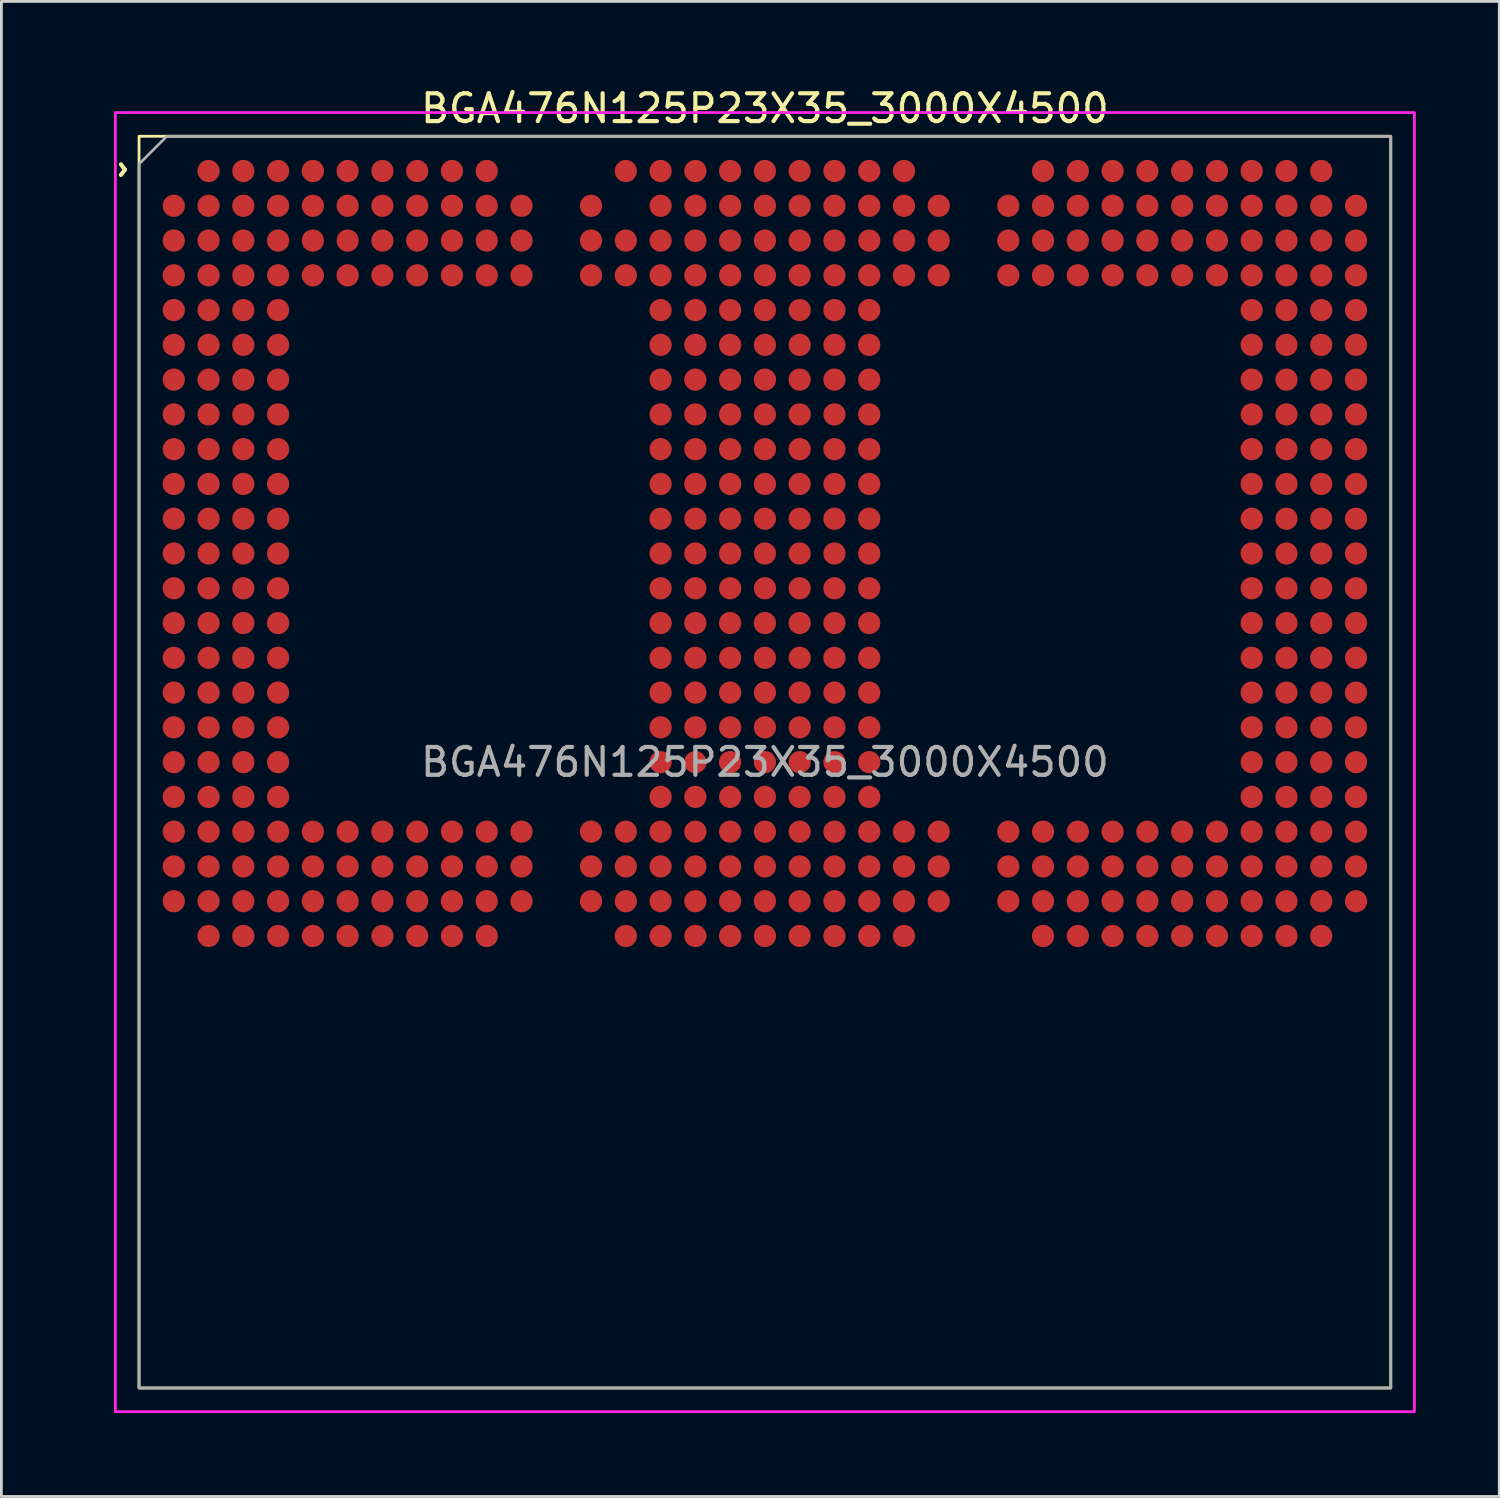
<source format=kicad_pcb>
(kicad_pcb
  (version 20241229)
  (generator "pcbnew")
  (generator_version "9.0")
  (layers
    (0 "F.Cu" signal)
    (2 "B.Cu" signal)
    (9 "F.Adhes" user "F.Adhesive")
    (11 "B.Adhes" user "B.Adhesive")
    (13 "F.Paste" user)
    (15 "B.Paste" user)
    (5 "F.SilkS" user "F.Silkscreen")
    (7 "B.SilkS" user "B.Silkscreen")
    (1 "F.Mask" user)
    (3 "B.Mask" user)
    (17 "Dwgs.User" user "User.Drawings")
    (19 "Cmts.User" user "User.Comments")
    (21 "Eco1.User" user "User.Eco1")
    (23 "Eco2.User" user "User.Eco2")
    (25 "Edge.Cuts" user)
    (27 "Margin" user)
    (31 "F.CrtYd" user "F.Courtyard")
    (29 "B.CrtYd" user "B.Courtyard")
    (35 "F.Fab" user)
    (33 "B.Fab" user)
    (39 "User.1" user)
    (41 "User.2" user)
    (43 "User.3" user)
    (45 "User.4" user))
  (footprint "BGA476N125P23X35_3000X4500"
    (layer "F.Cu")
    (at 24.448 24.348)
    (property "Reference" "BGA476N125P23X35_3000X4500" (at 0 -23.5 0) (layer "F.SilkS") (effects (font (size 1 1) (thickness 0.15))))
    (attr smd)
    (fp_rect (start -22.5 -22.5) (end 22.5 22.5) (stroke (width 0.1) (type default)) (fill no) (layer "F.SilkS"))
    (fp_poly (pts (xy 23.35 23.35) (xy 23.35 -23.35) (xy -23.35 -23.35) (xy -23.35 23.35)) (stroke (width 0.1) (type solid)) (fill no) (layer "F.CrtYd"))
    (fp_poly (pts (xy -22.5 22.5) (xy -22.5 -21.5) (xy -21.5 -22.5) (xy 22.5 -22.5) (xy 22.5 22.5)) (stroke (width 0.1) (type solid)) (fill no) (layer "F.Fab"))
    (fp_text user "^" (at -23.6 -21.3 270) (unlocked yes) (layer "F.SilkS") (effects (font (size 1 1) (thickness 0.15))))
    (fp_text user "${REFERENCE}" (at 0 0 0) (layer "F.Fab") (effects (font (size 1 1) (thickness 0.15))))
    (pad "A2" smd circle (at -20 -21.25) (size 0.8 0.8) (layers "F.Cu" "F.Mask" "F.Paste"))
    (pad "A3" smd circle (at -18.75 -21.25) (size 0.8 0.8) (layers "F.Cu" "F.Mask" "F.Paste"))
    (pad "A4" smd circle (at -17.5 -21.25) (size 0.8 0.8) (layers "F.Cu" "F.Mask" "F.Paste"))
    (pad "A5" smd circle (at -16.25 -21.25) (size 0.8 0.8) (layers "F.Cu" "F.Mask" "F.Paste"))
    (pad "A6" smd circle (at -15 -21.25) (size 0.8 0.8) (layers "F.Cu" "F.Mask" "F.Paste"))
    (pad "A7" smd circle (at -13.75 -21.25) (size 0.8 0.8) (layers "F.Cu" "F.Mask" "F.Paste"))
    (pad "A8" smd circle (at -12.5 -21.25) (size 0.8 0.8) (layers "F.Cu" "F.Mask" "F.Paste"))
    (pad "A9" smd circle (at -11.25 -21.25) (size 0.8 0.8) (layers "F.Cu" "F.Mask" "F.Paste"))
    (pad "A10" smd circle (at -10 -21.25) (size 0.8 0.8) (layers "F.Cu" "F.Mask" "F.Paste"))
    (pad "A14" smd circle (at -5 -21.25) (size 0.8 0.8) (layers "F.Cu" "F.Mask" "F.Paste"))
    (pad "A15" smd circle (at -3.75 -21.25) (size 0.8 0.8) (layers "F.Cu" "F.Mask" "F.Paste"))
    (pad "A16" smd circle (at -2.5 -21.25) (size 0.8 0.8) (layers "F.Cu" "F.Mask" "F.Paste"))
    (pad "A17" smd circle (at -1.25 -21.25) (size 0.8 0.8) (layers "F.Cu" "F.Mask" "F.Paste"))
    (pad "A18" smd circle (at 0 -21.25) (size 0.8 0.8) (layers "F.Cu" "F.Mask" "F.Paste"))
    (pad "A19" smd circle (at 1.25 -21.25) (size 0.8 0.8) (layers "F.Cu" "F.Mask" "F.Paste"))
    (pad "A20" smd circle (at 2.5 -21.25) (size 0.8 0.8) (layers "F.Cu" "F.Mask" "F.Paste"))
    (pad "A21" smd circle (at 3.75 -21.25) (size 0.8 0.8) (layers "F.Cu" "F.Mask" "F.Paste"))
    (pad "A22" smd circle (at 5 -21.25) (size 0.8 0.8) (layers "F.Cu" "F.Mask" "F.Paste"))
    (pad "A26" smd circle (at 10 -21.25) (size 0.8 0.8) (layers "F.Cu" "F.Mask" "F.Paste"))
    (pad "A27" smd circle (at 11.25 -21.25) (size 0.8 0.8) (layers "F.Cu" "F.Mask" "F.Paste"))
    (pad "A28" smd circle (at 12.5 -21.25) (size 0.8 0.8) (layers "F.Cu" "F.Mask" "F.Paste"))
    (pad "A29" smd circle (at 13.75 -21.25) (size 0.8 0.8) (layers "F.Cu" "F.Mask" "F.Paste"))
    (pad "A30" smd circle (at 15 -21.25) (size 0.8 0.8) (layers "F.Cu" "F.Mask" "F.Paste"))
    (pad "A31" smd circle (at 16.25 -21.25) (size 0.8 0.8) (layers "F.Cu" "F.Mask" "F.Paste"))
    (pad "A32" smd circle (at 17.5 -21.25) (size 0.8 0.8) (layers "F.Cu" "F.Mask" "F.Paste"))
    (pad "A33" smd circle (at 18.75 -21.25) (size 0.8 0.8) (layers "F.Cu" "F.Mask" "F.Paste"))
    (pad "A34" smd circle (at 20 -21.25) (size 0.8 0.8) (layers "F.Cu" "F.Mask" "F.Paste"))
    (pad "AA1" smd circle (at -21.25 3.75) (size 0.8 0.8) (layers "F.Cu" "F.Mask" "F.Paste"))
    (pad "AA2" smd circle (at -20 3.75) (size 0.8 0.8) (layers "F.Cu" "F.Mask" "F.Paste"))
    (pad "AA3" smd circle (at -18.75 3.75) (size 0.8 0.8) (layers "F.Cu" "F.Mask" "F.Paste"))
    (pad "AA4" smd circle (at -17.5 3.75) (size 0.8 0.8) (layers "F.Cu" "F.Mask" "F.Paste"))
    (pad "AA5" smd circle (at -16.25 3.75) (size 0.8 0.8) (layers "F.Cu" "F.Mask" "F.Paste"))
    (pad "AA6" smd circle (at -15 3.75) (size 0.8 0.8) (layers "F.Cu" "F.Mask" "F.Paste"))
    (pad "AA7" smd circle (at -13.75 3.75) (size 0.8 0.8) (layers "F.Cu" "F.Mask" "F.Paste"))
    (pad "AA8" smd circle (at -12.5 3.75) (size 0.8 0.8) (layers "F.Cu" "F.Mask" "F.Paste"))
    (pad "AA9" smd circle (at -11.25 3.75) (size 0.8 0.8) (layers "F.Cu" "F.Mask" "F.Paste"))
    (pad "AA10" smd circle (at -10 3.75) (size 0.8 0.8) (layers "F.Cu" "F.Mask" "F.Paste"))
    (pad "AA11" smd circle (at -8.75 3.75) (size 0.8 0.8) (layers "F.Cu" "F.Mask" "F.Paste"))
    (pad "AA13" smd circle (at -6.25 3.75) (size 0.8 0.8) (layers "F.Cu" "F.Mask" "F.Paste"))
    (pad "AA14" smd circle (at -5 3.75) (size 0.8 0.8) (layers "F.Cu" "F.Mask" "F.Paste"))
    (pad "AA15" smd circle (at -3.75 3.75) (size 0.8 0.8) (layers "F.Cu" "F.Mask" "F.Paste"))
    (pad "AA16" smd circle (at -2.5 3.75) (size 0.8 0.8) (layers "F.Cu" "F.Mask" "F.Paste"))
    (pad "AA17" smd circle (at -1.25 3.75) (size 0.8 0.8) (layers "F.Cu" "F.Mask" "F.Paste"))
    (pad "AA18" smd circle (at 0 3.75) (size 0.8 0.8) (layers "F.Cu" "F.Mask" "F.Paste"))
    (pad "AA19" smd circle (at 1.25 3.75) (size 0.8 0.8) (layers "F.Cu" "F.Mask" "F.Paste"))
    (pad "AA20" smd circle (at 2.5 3.75) (size 0.8 0.8) (layers "F.Cu" "F.Mask" "F.Paste"))
    (pad "AA21" smd circle (at 3.75 3.75) (size 0.8 0.8) (layers "F.Cu" "F.Mask" "F.Paste"))
    (pad "AA22" smd circle (at 5 3.75) (size 0.8 0.8) (layers "F.Cu" "F.Mask" "F.Paste"))
    (pad "AA23" smd circle (at 6.25 3.75) (size 0.8 0.8) (layers "F.Cu" "F.Mask" "F.Paste"))
    (pad "AA25" smd circle (at 8.75 3.75) (size 0.8 0.8) (layers "F.Cu" "F.Mask" "F.Paste"))
    (pad "AA26" smd circle (at 10 3.75) (size 0.8 0.8) (layers "F.Cu" "F.Mask" "F.Paste"))
    (pad "AA27" smd circle (at 11.25 3.75) (size 0.8 0.8) (layers "F.Cu" "F.Mask" "F.Paste"))
    (pad "AA28" smd circle (at 12.5 3.75) (size 0.8 0.8) (layers "F.Cu" "F.Mask" "F.Paste"))
    (pad "AA29" smd circle (at 13.75 3.75) (size 0.8 0.8) (layers "F.Cu" "F.Mask" "F.Paste"))
    (pad "AA30" smd circle (at 15 3.75) (size 0.8 0.8) (layers "F.Cu" "F.Mask" "F.Paste"))
    (pad "AA31" smd circle (at 16.25 3.75) (size 0.8 0.8) (layers "F.Cu" "F.Mask" "F.Paste"))
    (pad "AA32" smd circle (at 17.5 3.75) (size 0.8 0.8) (layers "F.Cu" "F.Mask" "F.Paste"))
    (pad "AA33" smd circle (at 18.75 3.75) (size 0.8 0.8) (layers "F.Cu" "F.Mask" "F.Paste"))
    (pad "AA34" smd circle (at 20 3.75) (size 0.8 0.8) (layers "F.Cu" "F.Mask" "F.Paste"))
    (pad "AA35" smd circle (at 21.25 3.75) (size 0.8 0.8) (layers "F.Cu" "F.Mask" "F.Paste"))
    (pad "AB1" smd circle (at -21.25 5) (size 0.8 0.8) (layers "F.Cu" "F.Mask" "F.Paste"))
    (pad "AB2" smd circle (at -20 5) (size 0.8 0.8) (layers "F.Cu" "F.Mask" "F.Paste"))
    (pad "AB3" smd circle (at -18.75 5) (size 0.8 0.8) (layers "F.Cu" "F.Mask" "F.Paste"))
    (pad "AB4" smd circle (at -17.5 5) (size 0.8 0.8) (layers "F.Cu" "F.Mask" "F.Paste"))
    (pad "AB5" smd circle (at -16.25 5) (size 0.8 0.8) (layers "F.Cu" "F.Mask" "F.Paste"))
    (pad "AB6" smd circle (at -15 5) (size 0.8 0.8) (layers "F.Cu" "F.Mask" "F.Paste"))
    (pad "AB7" smd circle (at -13.75 5) (size 0.8 0.8) (layers "F.Cu" "F.Mask" "F.Paste"))
    (pad "AB8" smd circle (at -12.5 5) (size 0.8 0.8) (layers "F.Cu" "F.Mask" "F.Paste"))
    (pad "AB9" smd circle (at -11.25 5) (size 0.8 0.8) (layers "F.Cu" "F.Mask" "F.Paste"))
    (pad "AB10" smd circle (at -10 5) (size 0.8 0.8) (layers "F.Cu" "F.Mask" "F.Paste"))
    (pad "AB11" smd circle (at -8.75 5) (size 0.8 0.8) (layers "F.Cu" "F.Mask" "F.Paste"))
    (pad "AB13" smd circle (at -6.25 5) (size 0.8 0.8) (layers "F.Cu" "F.Mask" "F.Paste"))
    (pad "AB14" smd circle (at -5 5) (size 0.8 0.8) (layers "F.Cu" "F.Mask" "F.Paste"))
    (pad "AB15" smd circle (at -3.75 5) (size 0.8 0.8) (layers "F.Cu" "F.Mask" "F.Paste"))
    (pad "AB16" smd circle (at -2.5 5) (size 0.8 0.8) (layers "F.Cu" "F.Mask" "F.Paste"))
    (pad "AB17" smd circle (at -1.25 5) (size 0.8 0.8) (layers "F.Cu" "F.Mask" "F.Paste"))
    (pad "AB18" smd circle (at 0 5) (size 0.8 0.8) (layers "F.Cu" "F.Mask" "F.Paste"))
    (pad "AB19" smd circle (at 1.25 5) (size 0.8 0.8) (layers "F.Cu" "F.Mask" "F.Paste"))
    (pad "AB20" smd circle (at 2.5 5) (size 0.8 0.8) (layers "F.Cu" "F.Mask" "F.Paste"))
    (pad "AB21" smd circle (at 3.75 5) (size 0.8 0.8) (layers "F.Cu" "F.Mask" "F.Paste"))
    (pad "AB22" smd circle (at 5 5) (size 0.8 0.8) (layers "F.Cu" "F.Mask" "F.Paste"))
    (pad "AB23" smd circle (at 6.25 5) (size 0.8 0.8) (layers "F.Cu" "F.Mask" "F.Paste"))
    (pad "AB25" smd circle (at 8.75 5) (size 0.8 0.8) (layers "F.Cu" "F.Mask" "F.Paste"))
    (pad "AB26" smd circle (at 10 5) (size 0.8 0.8) (layers "F.Cu" "F.Mask" "F.Paste"))
    (pad "AB27" smd circle (at 11.25 5) (size 0.8 0.8) (layers "F.Cu" "F.Mask" "F.Paste"))
    (pad "AB28" smd circle (at 12.5 5) (size 0.8 0.8) (layers "F.Cu" "F.Mask" "F.Paste"))
    (pad "AB29" smd circle (at 13.75 5) (size 0.8 0.8) (layers "F.Cu" "F.Mask" "F.Paste"))
    (pad "AB30" smd circle (at 15 5) (size 0.8 0.8) (layers "F.Cu" "F.Mask" "F.Paste"))
    (pad "AB31" smd circle (at 16.25 5) (size 0.8 0.8) (layers "F.Cu" "F.Mask" "F.Paste"))
    (pad "AB32" smd circle (at 17.5 5) (size 0.8 0.8) (layers "F.Cu" "F.Mask" "F.Paste"))
    (pad "AB33" smd circle (at 18.75 5) (size 0.8 0.8) (layers "F.Cu" "F.Mask" "F.Paste"))
    (pad "AB34" smd circle (at 20 5) (size 0.8 0.8) (layers "F.Cu" "F.Mask" "F.Paste"))
    (pad "AB35" smd circle (at 21.25 5) (size 0.8 0.8) (layers "F.Cu" "F.Mask" "F.Paste"))
    (pad "AC2" smd circle (at -20 6.25) (size 0.8 0.8) (layers "F.Cu" "F.Mask" "F.Paste"))
    (pad "AC3" smd circle (at -18.75 6.25) (size 0.8 0.8) (layers "F.Cu" "F.Mask" "F.Paste"))
    (pad "AC4" smd circle (at -17.5 6.25) (size 0.8 0.8) (layers "F.Cu" "F.Mask" "F.Paste"))
    (pad "AC5" smd circle (at -16.25 6.25) (size 0.8 0.8) (layers "F.Cu" "F.Mask" "F.Paste"))
    (pad "AC6" smd circle (at -15 6.25) (size 0.8 0.8) (layers "F.Cu" "F.Mask" "F.Paste"))
    (pad "AC7" smd circle (at -13.75 6.25) (size 0.8 0.8) (layers "F.Cu" "F.Mask" "F.Paste"))
    (pad "AC8" smd circle (at -12.5 6.25) (size 0.8 0.8) (layers "F.Cu" "F.Mask" "F.Paste"))
    (pad "AC9" smd circle (at -11.25 6.25) (size 0.8 0.8) (layers "F.Cu" "F.Mask" "F.Paste"))
    (pad "AC10" smd circle (at -10 6.25) (size 0.8 0.8) (layers "F.Cu" "F.Mask" "F.Paste"))
    (pad "AC14" smd circle (at -5 6.25) (size 0.8 0.8) (layers "F.Cu" "F.Mask" "F.Paste"))
    (pad "AC15" smd circle (at -3.75 6.25) (size 0.8 0.8) (layers "F.Cu" "F.Mask" "F.Paste"))
    (pad "AC16" smd circle (at -2.5 6.25) (size 0.8 0.8) (layers "F.Cu" "F.Mask" "F.Paste"))
    (pad "AC17" smd circle (at -1.25 6.25) (size 0.8 0.8) (layers "F.Cu" "F.Mask" "F.Paste"))
    (pad "AC18" smd circle (at 0 6.25) (size 0.8 0.8) (layers "F.Cu" "F.Mask" "F.Paste"))
    (pad "AC19" smd circle (at 1.25 6.25) (size 0.8 0.8) (layers "F.Cu" "F.Mask" "F.Paste"))
    (pad "AC20" smd circle (at 2.5 6.25) (size 0.8 0.8) (layers "F.Cu" "F.Mask" "F.Paste"))
    (pad "AC21" smd circle (at 3.75 6.25) (size 0.8 0.8) (layers "F.Cu" "F.Mask" "F.Paste"))
    (pad "AC22" smd circle (at 5 6.25) (size 0.8 0.8) (layers "F.Cu" "F.Mask" "F.Paste"))
    (pad "AC26" smd circle (at 10 6.25) (size 0.8 0.8) (layers "F.Cu" "F.Mask" "F.Paste"))
    (pad "AC27" smd circle (at 11.25 6.25) (size 0.8 0.8) (layers "F.Cu" "F.Mask" "F.Paste"))
    (pad "AC28" smd circle (at 12.5 6.25) (size 0.8 0.8) (layers "F.Cu" "F.Mask" "F.Paste"))
    (pad "AC29" smd circle (at 13.75 6.25) (size 0.8 0.8) (layers "F.Cu" "F.Mask" "F.Paste"))
    (pad "AC30" smd circle (at 15 6.25) (size 0.8 0.8) (layers "F.Cu" "F.Mask" "F.Paste"))
    (pad "AC31" smd circle (at 16.25 6.25) (size 0.8 0.8) (layers "F.Cu" "F.Mask" "F.Paste"))
    (pad "AC32" smd circle (at 17.5 6.25) (size 0.8 0.8) (layers "F.Cu" "F.Mask" "F.Paste"))
    (pad "AC33" smd circle (at 18.75 6.25) (size 0.8 0.8) (layers "F.Cu" "F.Mask" "F.Paste"))
    (pad "AC34" smd circle (at 20 6.25) (size 0.8 0.8) (layers "F.Cu" "F.Mask" "F.Paste"))
    (pad "B1" smd circle (at -21.25 -20) (size 0.8 0.8) (layers "F.Cu" "F.Mask" "F.Paste"))
    (pad "B2" smd circle (at -20 -20) (size 0.8 0.8) (layers "F.Cu" "F.Mask" "F.Paste"))
    (pad "B3" smd circle (at -18.75 -20) (size 0.8 0.8) (layers "F.Cu" "F.Mask" "F.Paste"))
    (pad "B4" smd circle (at -17.5 -20) (size 0.8 0.8) (layers "F.Cu" "F.Mask" "F.Paste"))
    (pad "B5" smd circle (at -16.25 -20) (size 0.8 0.8) (layers "F.Cu" "F.Mask" "F.Paste"))
    (pad "B6" smd circle (at -15 -20) (size 0.8 0.8) (layers "F.Cu" "F.Mask" "F.Paste"))
    (pad "B7" smd circle (at -13.75 -20) (size 0.8 0.8) (layers "F.Cu" "F.Mask" "F.Paste"))
    (pad "B8" smd circle (at -12.5 -20) (size 0.8 0.8) (layers "F.Cu" "F.Mask" "F.Paste"))
    (pad "B9" smd circle (at -11.25 -20) (size 0.8 0.8) (layers "F.Cu" "F.Mask" "F.Paste"))
    (pad "B10" smd circle (at -10 -20) (size 0.8 0.8) (layers "F.Cu" "F.Mask" "F.Paste"))
    (pad "B11" smd circle (at -8.75 -20) (size 0.8 0.8) (layers "F.Cu" "F.Mask" "F.Paste"))
    (pad "B13" smd circle (at -6.25 -20) (size 0.8 0.8) (layers "F.Cu" "F.Mask" "F.Paste"))
    (pad "B15" smd circle (at -3.75 -20) (size 0.8 0.8) (layers "F.Cu" "F.Mask" "F.Paste"))
    (pad "B16" smd circle (at -2.5 -20) (size 0.8 0.8) (layers "F.Cu" "F.Mask" "F.Paste"))
    (pad "B17" smd circle (at -1.25 -20) (size 0.8 0.8) (layers "F.Cu" "F.Mask" "F.Paste"))
    (pad "B18" smd circle (at 0 -20) (size 0.8 0.8) (layers "F.Cu" "F.Mask" "F.Paste"))
    (pad "B19" smd circle (at 1.25 -20) (size 0.8 0.8) (layers "F.Cu" "F.Mask" "F.Paste"))
    (pad "B20" smd circle (at 2.5 -20) (size 0.8 0.8) (layers "F.Cu" "F.Mask" "F.Paste"))
    (pad "B21" smd circle (at 3.75 -20) (size 0.8 0.8) (layers "F.Cu" "F.Mask" "F.Paste"))
    (pad "B22" smd circle (at 5 -20) (size 0.8 0.8) (layers "F.Cu" "F.Mask" "F.Paste"))
    (pad "B23" smd circle (at 6.25 -20) (size 0.8 0.8) (layers "F.Cu" "F.Mask" "F.Paste"))
    (pad "B25" smd circle (at 8.75 -20) (size 0.8 0.8) (layers "F.Cu" "F.Mask" "F.Paste"))
    (pad "B26" smd circle (at 10 -20) (size 0.8 0.8) (layers "F.Cu" "F.Mask" "F.Paste"))
    (pad "B27" smd circle (at 11.25 -20) (size 0.8 0.8) (layers "F.Cu" "F.Mask" "F.Paste"))
    (pad "B28" smd circle (at 12.5 -20) (size 0.8 0.8) (layers "F.Cu" "F.Mask" "F.Paste"))
    (pad "B29" smd circle (at 13.75 -20) (size 0.8 0.8) (layers "F.Cu" "F.Mask" "F.Paste"))
    (pad "B30" smd circle (at 15 -20) (size 0.8 0.8) (layers "F.Cu" "F.Mask" "F.Paste"))
    (pad "B31" smd circle (at 16.25 -20) (size 0.8 0.8) (layers "F.Cu" "F.Mask" "F.Paste"))
    (pad "B32" smd circle (at 17.5 -20) (size 0.8 0.8) (layers "F.Cu" "F.Mask" "F.Paste"))
    (pad "B33" smd circle (at 18.75 -20) (size 0.8 0.8) (layers "F.Cu" "F.Mask" "F.Paste"))
    (pad "B34" smd circle (at 20 -20) (size 0.8 0.8) (layers "F.Cu" "F.Mask" "F.Paste"))
    (pad "B35" smd circle (at 21.25 -20) (size 0.8 0.8) (layers "F.Cu" "F.Mask" "F.Paste"))
    (pad "C1" smd circle (at -21.25 -18.75) (size 0.8 0.8) (layers "F.Cu" "F.Mask" "F.Paste"))
    (pad "C2" smd circle (at -20 -18.75) (size 0.8 0.8) (layers "F.Cu" "F.Mask" "F.Paste"))
    (pad "C3" smd circle (at -18.75 -18.75) (size 0.8 0.8) (layers "F.Cu" "F.Mask" "F.Paste"))
    (pad "C4" smd circle (at -17.5 -18.75) (size 0.8 0.8) (layers "F.Cu" "F.Mask" "F.Paste"))
    (pad "C5" smd circle (at -16.25 -18.75) (size 0.8 0.8) (layers "F.Cu" "F.Mask" "F.Paste"))
    (pad "C6" smd circle (at -15 -18.75) (size 0.8 0.8) (layers "F.Cu" "F.Mask" "F.Paste"))
    (pad "C7" smd circle (at -13.75 -18.75) (size 0.8 0.8) (layers "F.Cu" "F.Mask" "F.Paste"))
    (pad "C8" smd circle (at -12.5 -18.75) (size 0.8 0.8) (layers "F.Cu" "F.Mask" "F.Paste"))
    (pad "C9" smd circle (at -11.25 -18.75) (size 0.8 0.8) (layers "F.Cu" "F.Mask" "F.Paste"))
    (pad "C10" smd circle (at -10 -18.75) (size 0.8 0.8) (layers "F.Cu" "F.Mask" "F.Paste"))
    (pad "C11" smd circle (at -8.75 -18.75) (size 0.8 0.8) (layers "F.Cu" "F.Mask" "F.Paste"))
    (pad "C13" smd circle (at -6.25 -18.75) (size 0.8 0.8) (layers "F.Cu" "F.Mask" "F.Paste"))
    (pad "C14" smd circle (at -5 -18.75) (size 0.8 0.8) (layers "F.Cu" "F.Mask" "F.Paste"))
    (pad "C15" smd circle (at -3.75 -18.75) (size 0.8 0.8) (layers "F.Cu" "F.Mask" "F.Paste"))
    (pad "C16" smd circle (at -2.5 -18.75) (size 0.8 0.8) (layers "F.Cu" "F.Mask" "F.Paste"))
    (pad "C17" smd circle (at -1.25 -18.75) (size 0.8 0.8) (layers "F.Cu" "F.Mask" "F.Paste"))
    (pad "C18" smd circle (at 0 -18.75) (size 0.8 0.8) (layers "F.Cu" "F.Mask" "F.Paste"))
    (pad "C19" smd circle (at 1.25 -18.75) (size 0.8 0.8) (layers "F.Cu" "F.Mask" "F.Paste"))
    (pad "C20" smd circle (at 2.5 -18.75) (size 0.8 0.8) (layers "F.Cu" "F.Mask" "F.Paste"))
    (pad "C21" smd circle (at 3.75 -18.75) (size 0.8 0.8) (layers "F.Cu" "F.Mask" "F.Paste"))
    (pad "C22" smd circle (at 5 -18.75) (size 0.8 0.8) (layers "F.Cu" "F.Mask" "F.Paste"))
    (pad "C23" smd circle (at 6.25 -18.75) (size 0.8 0.8) (layers "F.Cu" "F.Mask" "F.Paste"))
    (pad "C25" smd circle (at 8.75 -18.75) (size 0.8 0.8) (layers "F.Cu" "F.Mask" "F.Paste"))
    (pad "C26" smd circle (at 10 -18.75) (size 0.8 0.8) (layers "F.Cu" "F.Mask" "F.Paste"))
    (pad "C27" smd circle (at 11.25 -18.75) (size 0.8 0.8) (layers "F.Cu" "F.Mask" "F.Paste"))
    (pad "C28" smd circle (at 12.5 -18.75) (size 0.8 0.8) (layers "F.Cu" "F.Mask" "F.Paste"))
    (pad "C29" smd circle (at 13.75 -18.75) (size 0.8 0.8) (layers "F.Cu" "F.Mask" "F.Paste"))
    (pad "C30" smd circle (at 15 -18.75) (size 0.8 0.8) (layers "F.Cu" "F.Mask" "F.Paste"))
    (pad "C31" smd circle (at 16.25 -18.75) (size 0.8 0.8) (layers "F.Cu" "F.Mask" "F.Paste"))
    (pad "C32" smd circle (at 17.5 -18.75) (size 0.8 0.8) (layers "F.Cu" "F.Mask" "F.Paste"))
    (pad "C33" smd circle (at 18.75 -18.75) (size 0.8 0.8) (layers "F.Cu" "F.Mask" "F.Paste"))
    (pad "C34" smd circle (at 20 -18.75) (size 0.8 0.8) (layers "F.Cu" "F.Mask" "F.Paste"))
    (pad "C35" smd circle (at 21.25 -18.75) (size 0.8 0.8) (layers "F.Cu" "F.Mask" "F.Paste"))
    (pad "D1" smd circle (at -21.25 -17.5) (size 0.8 0.8) (layers "F.Cu" "F.Mask" "F.Paste"))
    (pad "D2" smd circle (at -20 -17.5) (size 0.8 0.8) (layers "F.Cu" "F.Mask" "F.Paste"))
    (pad "D3" smd circle (at -18.75 -17.5) (size 0.8 0.8) (layers "F.Cu" "F.Mask" "F.Paste"))
    (pad "D4" smd circle (at -17.5 -17.5) (size 0.8 0.8) (layers "F.Cu" "F.Mask" "F.Paste"))
    (pad "D5" smd circle (at -16.25 -17.5) (size 0.8 0.8) (layers "F.Cu" "F.Mask" "F.Paste"))
    (pad "D6" smd circle (at -15 -17.5) (size 0.8 0.8) (layers "F.Cu" "F.Mask" "F.Paste"))
    (pad "D7" smd circle (at -13.75 -17.5) (size 0.8 0.8) (layers "F.Cu" "F.Mask" "F.Paste"))
    (pad "D8" smd circle (at -12.5 -17.5) (size 0.8 0.8) (layers "F.Cu" "F.Mask" "F.Paste"))
    (pad "D9" smd circle (at -11.25 -17.5) (size 0.8 0.8) (layers "F.Cu" "F.Mask" "F.Paste"))
    (pad "D10" smd circle (at -10 -17.5) (size 0.8 0.8) (layers "F.Cu" "F.Mask" "F.Paste"))
    (pad "D11" smd circle (at -8.75 -17.5) (size 0.8 0.8) (layers "F.Cu" "F.Mask" "F.Paste"))
    (pad "D13" smd circle (at -6.25 -17.5) (size 0.8 0.8) (layers "F.Cu" "F.Mask" "F.Paste"))
    (pad "D14" smd circle (at -5 -17.5) (size 0.8 0.8) (layers "F.Cu" "F.Mask" "F.Paste"))
    (pad "D15" smd circle (at -3.75 -17.5) (size 0.8 0.8) (layers "F.Cu" "F.Mask" "F.Paste"))
    (pad "D16" smd circle (at -2.5 -17.5) (size 0.8 0.8) (layers "F.Cu" "F.Mask" "F.Paste"))
    (pad "D17" smd circle (at -1.25 -17.5) (size 0.8 0.8) (layers "F.Cu" "F.Mask" "F.Paste"))
    (pad "D18" smd circle (at 0 -17.5) (size 0.8 0.8) (layers "F.Cu" "F.Mask" "F.Paste"))
    (pad "D19" smd circle (at 1.25 -17.5) (size 0.8 0.8) (layers "F.Cu" "F.Mask" "F.Paste"))
    (pad "D20" smd circle (at 2.5 -17.5) (size 0.8 0.8) (layers "F.Cu" "F.Mask" "F.Paste"))
    (pad "D21" smd circle (at 3.75 -17.5) (size 0.8 0.8) (layers "F.Cu" "F.Mask" "F.Paste"))
    (pad "D22" smd circle (at 5 -17.5) (size 0.8 0.8) (layers "F.Cu" "F.Mask" "F.Paste"))
    (pad "D23" smd circle (at 6.25 -17.5) (size 0.8 0.8) (layers "F.Cu" "F.Mask" "F.Paste"))
    (pad "D25" smd circle (at 8.75 -17.5) (size 0.8 0.8) (layers "F.Cu" "F.Mask" "F.Paste"))
    (pad "D26" smd circle (at 10 -17.5) (size 0.8 0.8) (layers "F.Cu" "F.Mask" "F.Paste"))
    (pad "D27" smd circle (at 11.25 -17.5) (size 0.8 0.8) (layers "F.Cu" "F.Mask" "F.Paste"))
    (pad "D28" smd circle (at 12.5 -17.5) (size 0.8 0.8) (layers "F.Cu" "F.Mask" "F.Paste"))
    (pad "D29" smd circle (at 13.75 -17.5) (size 0.8 0.8) (layers "F.Cu" "F.Mask" "F.Paste"))
    (pad "D30" smd circle (at 15 -17.5) (size 0.8 0.8) (layers "F.Cu" "F.Mask" "F.Paste"))
    (pad "D31" smd circle (at 16.25 -17.5) (size 0.8 0.8) (layers "F.Cu" "F.Mask" "F.Paste"))
    (pad "D32" smd circle (at 17.5 -17.5) (size 0.8 0.8) (layers "F.Cu" "F.Mask" "F.Paste"))
    (pad "D33" smd circle (at 18.75 -17.5) (size 0.8 0.8) (layers "F.Cu" "F.Mask" "F.Paste"))
    (pad "D34" smd circle (at 20 -17.5) (size 0.8 0.8) (layers "F.Cu" "F.Mask" "F.Paste"))
    (pad "D35" smd circle (at 21.25 -17.5) (size 0.8 0.8) (layers "F.Cu" "F.Mask" "F.Paste"))
    (pad "E1" smd circle (at -21.25 -16.25) (size 0.8 0.8) (layers "F.Cu" "F.Mask" "F.Paste"))
    (pad "E2" smd circle (at -20 -16.25) (size 0.8 0.8) (layers "F.Cu" "F.Mask" "F.Paste"))
    (pad "E3" smd circle (at -18.75 -16.25) (size 0.8 0.8) (layers "F.Cu" "F.Mask" "F.Paste"))
    (pad "E4" smd circle (at -17.5 -16.25) (size 0.8 0.8) (layers "F.Cu" "F.Mask" "F.Paste"))
    (pad "E15" smd circle (at -3.75 -16.25) (size 0.8 0.8) (layers "F.Cu" "F.Mask" "F.Paste"))
    (pad "E16" smd circle (at -2.5 -16.25) (size 0.8 0.8) (layers "F.Cu" "F.Mask" "F.Paste"))
    (pad "E17" smd circle (at -1.25 -16.25) (size 0.8 0.8) (layers "F.Cu" "F.Mask" "F.Paste"))
    (pad "E18" smd circle (at 0 -16.25) (size 0.8 0.8) (layers "F.Cu" "F.Mask" "F.Paste"))
    (pad "E19" smd circle (at 1.25 -16.25) (size 0.8 0.8) (layers "F.Cu" "F.Mask" "F.Paste"))
    (pad "E20" smd circle (at 2.5 -16.25) (size 0.8 0.8) (layers "F.Cu" "F.Mask" "F.Paste"))
    (pad "E21" smd circle (at 3.75 -16.25) (size 0.8 0.8) (layers "F.Cu" "F.Mask" "F.Paste"))
    (pad "E32" smd circle (at 17.5 -16.25) (size 0.8 0.8) (layers "F.Cu" "F.Mask" "F.Paste"))
    (pad "E33" smd circle (at 18.75 -16.25) (size 0.8 0.8) (layers "F.Cu" "F.Mask" "F.Paste"))
    (pad "E34" smd circle (at 20 -16.25) (size 0.8 0.8) (layers "F.Cu" "F.Mask" "F.Paste"))
    (pad "E35" smd circle (at 21.25 -16.25) (size 0.8 0.8) (layers "F.Cu" "F.Mask" "F.Paste"))
    (pad "F1" smd circle (at -21.25 -15) (size 0.8 0.8) (layers "F.Cu" "F.Mask" "F.Paste"))
    (pad "F2" smd circle (at -20 -15) (size 0.8 0.8) (layers "F.Cu" "F.Mask" "F.Paste"))
    (pad "F3" smd circle (at -18.75 -15) (size 0.8 0.8) (layers "F.Cu" "F.Mask" "F.Paste"))
    (pad "F4" smd circle (at -17.5 -15) (size 0.8 0.8) (layers "F.Cu" "F.Mask" "F.Paste"))
    (pad "F15" smd circle (at -3.75 -15) (size 0.8 0.8) (layers "F.Cu" "F.Mask" "F.Paste"))
    (pad "F16" smd circle (at -2.5 -15) (size 0.8 0.8) (layers "F.Cu" "F.Mask" "F.Paste"))
    (pad "F17" smd circle (at -1.25 -15) (size 0.8 0.8) (layers "F.Cu" "F.Mask" "F.Paste"))
    (pad "F18" smd circle (at 0 -15) (size 0.8 0.8) (layers "F.Cu" "F.Mask" "F.Paste"))
    (pad "F19" smd circle (at 1.25 -15) (size 0.8 0.8) (layers "F.Cu" "F.Mask" "F.Paste"))
    (pad "F20" smd circle (at 2.5 -15) (size 0.8 0.8) (layers "F.Cu" "F.Mask" "F.Paste"))
    (pad "F21" smd circle (at 3.75 -15) (size 0.8 0.8) (layers "F.Cu" "F.Mask" "F.Paste"))
    (pad "F32" smd circle (at 17.5 -15) (size 0.8 0.8) (layers "F.Cu" "F.Mask" "F.Paste"))
    (pad "F33" smd circle (at 18.75 -15) (size 0.8 0.8) (layers "F.Cu" "F.Mask" "F.Paste"))
    (pad "F34" smd circle (at 20 -15) (size 0.8 0.8) (layers "F.Cu" "F.Mask" "F.Paste"))
    (pad "F35" smd circle (at 21.25 -15) (size 0.8 0.8) (layers "F.Cu" "F.Mask" "F.Paste"))
    (pad "G1" smd circle (at -21.25 -13.75) (size 0.8 0.8) (layers "F.Cu" "F.Mask" "F.Paste"))
    (pad "G2" smd circle (at -20 -13.75) (size 0.8 0.8) (layers "F.Cu" "F.Mask" "F.Paste"))
    (pad "G3" smd circle (at -18.75 -13.75) (size 0.8 0.8) (layers "F.Cu" "F.Mask" "F.Paste"))
    (pad "G4" smd circle (at -17.5 -13.75) (size 0.8 0.8) (layers "F.Cu" "F.Mask" "F.Paste"))
    (pad "G15" smd circle (at -3.75 -13.75) (size 0.8 0.8) (layers "F.Cu" "F.Mask" "F.Paste"))
    (pad "G16" smd circle (at -2.5 -13.75) (size 0.8 0.8) (layers "F.Cu" "F.Mask" "F.Paste"))
    (pad "G17" smd circle (at -1.25 -13.75) (size 0.8 0.8) (layers "F.Cu" "F.Mask" "F.Paste"))
    (pad "G18" smd circle (at 0 -13.75) (size 0.8 0.8) (layers "F.Cu" "F.Mask" "F.Paste"))
    (pad "G19" smd circle (at 1.25 -13.75) (size 0.8 0.8) (layers "F.Cu" "F.Mask" "F.Paste"))
    (pad "G20" smd circle (at 2.5 -13.75) (size 0.8 0.8) (layers "F.Cu" "F.Mask" "F.Paste"))
    (pad "G21" smd circle (at 3.75 -13.75) (size 0.8 0.8) (layers "F.Cu" "F.Mask" "F.Paste"))
    (pad "G32" smd circle (at 17.5 -13.75) (size 0.8 0.8) (layers "F.Cu" "F.Mask" "F.Paste"))
    (pad "G33" smd circle (at 18.75 -13.75) (size 0.8 0.8) (layers "F.Cu" "F.Mask" "F.Paste"))
    (pad "G34" smd circle (at 20 -13.75) (size 0.8 0.8) (layers "F.Cu" "F.Mask" "F.Paste"))
    (pad "G35" smd circle (at 21.25 -13.75) (size 0.8 0.8) (layers "F.Cu" "F.Mask" "F.Paste"))
    (pad "H1" smd circle (at -21.25 -12.5) (size 0.8 0.8) (layers "F.Cu" "F.Mask" "F.Paste"))
    (pad "H2" smd circle (at -20 -12.5) (size 0.8 0.8) (layers "F.Cu" "F.Mask" "F.Paste"))
    (pad "H3" smd circle (at -18.75 -12.5) (size 0.8 0.8) (layers "F.Cu" "F.Mask" "F.Paste"))
    (pad "H4" smd circle (at -17.5 -12.5) (size 0.8 0.8) (layers "F.Cu" "F.Mask" "F.Paste"))
    (pad "H15" smd circle (at -3.75 -12.5) (size 0.8 0.8) (layers "F.Cu" "F.Mask" "F.Paste"))
    (pad "H16" smd circle (at -2.5 -12.5) (size 0.8 0.8) (layers "F.Cu" "F.Mask" "F.Paste"))
    (pad "H17" smd circle (at -1.25 -12.5) (size 0.8 0.8) (layers "F.Cu" "F.Mask" "F.Paste"))
    (pad "H18" smd circle (at 0 -12.5) (size 0.8 0.8) (layers "F.Cu" "F.Mask" "F.Paste"))
    (pad "H19" smd circle (at 1.25 -12.5) (size 0.8 0.8) (layers "F.Cu" "F.Mask" "F.Paste"))
    (pad "H20" smd circle (at 2.5 -12.5) (size 0.8 0.8) (layers "F.Cu" "F.Mask" "F.Paste"))
    (pad "H21" smd circle (at 3.75 -12.5) (size 0.8 0.8) (layers "F.Cu" "F.Mask" "F.Paste"))
    (pad "H32" smd circle (at 17.5 -12.5) (size 0.8 0.8) (layers "F.Cu" "F.Mask" "F.Paste"))
    (pad "H33" smd circle (at 18.75 -12.5) (size 0.8 0.8) (layers "F.Cu" "F.Mask" "F.Paste"))
    (pad "H34" smd circle (at 20 -12.5) (size 0.8 0.8) (layers "F.Cu" "F.Mask" "F.Paste"))
    (pad "H35" smd circle (at 21.25 -12.5) (size 0.8 0.8) (layers "F.Cu" "F.Mask" "F.Paste"))
    (pad "J1" smd circle (at -21.25 -11.25) (size 0.8 0.8) (layers "F.Cu" "F.Mask" "F.Paste"))
    (pad "J2" smd circle (at -20 -11.25) (size 0.8 0.8) (layers "F.Cu" "F.Mask" "F.Paste"))
    (pad "J3" smd circle (at -18.75 -11.25) (size 0.8 0.8) (layers "F.Cu" "F.Mask" "F.Paste"))
    (pad "J4" smd circle (at -17.5 -11.25) (size 0.8 0.8) (layers "F.Cu" "F.Mask" "F.Paste"))
    (pad "J15" smd circle (at -3.75 -11.25) (size 0.8 0.8) (layers "F.Cu" "F.Mask" "F.Paste"))
    (pad "J16" smd circle (at -2.5 -11.25) (size 0.8 0.8) (layers "F.Cu" "F.Mask" "F.Paste"))
    (pad "J17" smd circle (at -1.25 -11.25) (size 0.8 0.8) (layers "F.Cu" "F.Mask" "F.Paste"))
    (pad "J18" smd circle (at 0 -11.25) (size 0.8 0.8) (layers "F.Cu" "F.Mask" "F.Paste"))
    (pad "J19" smd circle (at 1.25 -11.25) (size 0.8 0.8) (layers "F.Cu" "F.Mask" "F.Paste"))
    (pad "J20" smd circle (at 2.5 -11.25) (size 0.8 0.8) (layers "F.Cu" "F.Mask" "F.Paste"))
    (pad "J21" smd circle (at 3.75 -11.25) (size 0.8 0.8) (layers "F.Cu" "F.Mask" "F.Paste"))
    (pad "J32" smd circle (at 17.5 -11.25) (size 0.8 0.8) (layers "F.Cu" "F.Mask" "F.Paste"))
    (pad "J33" smd circle (at 18.75 -11.25) (size 0.8 0.8) (layers "F.Cu" "F.Mask" "F.Paste"))
    (pad "J34" smd circle (at 20 -11.25) (size 0.8 0.8) (layers "F.Cu" "F.Mask" "F.Paste"))
    (pad "J35" smd circle (at 21.25 -11.25) (size 0.8 0.8) (layers "F.Cu" "F.Mask" "F.Paste"))
    (pad "K1" smd circle (at -21.25 -10) (size 0.8 0.8) (layers "F.Cu" "F.Mask" "F.Paste"))
    (pad "K2" smd circle (at -20 -10) (size 0.8 0.8) (layers "F.Cu" "F.Mask" "F.Paste"))
    (pad "K3" smd circle (at -18.75 -10) (size 0.8 0.8) (layers "F.Cu" "F.Mask" "F.Paste"))
    (pad "K4" smd circle (at -17.5 -10) (size 0.8 0.8) (layers "F.Cu" "F.Mask" "F.Paste"))
    (pad "K15" smd circle (at -3.75 -10) (size 0.8 0.8) (layers "F.Cu" "F.Mask" "F.Paste"))
    (pad "K16" smd circle (at -2.5 -10) (size 0.8 0.8) (layers "F.Cu" "F.Mask" "F.Paste"))
    (pad "K17" smd circle (at -1.25 -10) (size 0.8 0.8) (layers "F.Cu" "F.Mask" "F.Paste"))
    (pad "K18" smd circle (at 0 -10) (size 0.8 0.8) (layers "F.Cu" "F.Mask" "F.Paste"))
    (pad "K19" smd circle (at 1.25 -10) (size 0.8 0.8) (layers "F.Cu" "F.Mask" "F.Paste"))
    (pad "K20" smd circle (at 2.5 -10) (size 0.8 0.8) (layers "F.Cu" "F.Mask" "F.Paste"))
    (pad "K21" smd circle (at 3.75 -10) (size 0.8 0.8) (layers "F.Cu" "F.Mask" "F.Paste"))
    (pad "K32" smd circle (at 17.5 -10) (size 0.8 0.8) (layers "F.Cu" "F.Mask" "F.Paste"))
    (pad "K33" smd circle (at 18.75 -10) (size 0.8 0.8) (layers "F.Cu" "F.Mask" "F.Paste"))
    (pad "K34" smd circle (at 20 -10) (size 0.8 0.8) (layers "F.Cu" "F.Mask" "F.Paste"))
    (pad "K35" smd circle (at 21.25 -10) (size 0.8 0.8) (layers "F.Cu" "F.Mask" "F.Paste"))
    (pad "L1" smd circle (at -21.25 -8.75) (size 0.8 0.8) (layers "F.Cu" "F.Mask" "F.Paste"))
    (pad "L2" smd circle (at -20 -8.75) (size 0.8 0.8) (layers "F.Cu" "F.Mask" "F.Paste"))
    (pad "L3" smd circle (at -18.75 -8.75) (size 0.8 0.8) (layers "F.Cu" "F.Mask" "F.Paste"))
    (pad "L4" smd circle (at -17.5 -8.75) (size 0.8 0.8) (layers "F.Cu" "F.Mask" "F.Paste"))
    (pad "L15" smd circle (at -3.75 -8.75) (size 0.8 0.8) (layers "F.Cu" "F.Mask" "F.Paste"))
    (pad "L16" smd circle (at -2.5 -8.75) (size 0.8 0.8) (layers "F.Cu" "F.Mask" "F.Paste"))
    (pad "L17" smd circle (at -1.25 -8.75) (size 0.8 0.8) (layers "F.Cu" "F.Mask" "F.Paste"))
    (pad "L18" smd circle (at 0 -8.75) (size 0.8 0.8) (layers "F.Cu" "F.Mask" "F.Paste"))
    (pad "L19" smd circle (at 1.25 -8.75) (size 0.8 0.8) (layers "F.Cu" "F.Mask" "F.Paste"))
    (pad "L20" smd circle (at 2.5 -8.75) (size 0.8 0.8) (layers "F.Cu" "F.Mask" "F.Paste"))
    (pad "L21" smd circle (at 3.75 -8.75) (size 0.8 0.8) (layers "F.Cu" "F.Mask" "F.Paste"))
    (pad "L32" smd circle (at 17.5 -8.75) (size 0.8 0.8) (layers "F.Cu" "F.Mask" "F.Paste"))
    (pad "L33" smd circle (at 18.75 -8.75) (size 0.8 0.8) (layers "F.Cu" "F.Mask" "F.Paste"))
    (pad "L34" smd circle (at 20 -8.75) (size 0.8 0.8) (layers "F.Cu" "F.Mask" "F.Paste"))
    (pad "L35" smd circle (at 21.25 -8.75) (size 0.8 0.8) (layers "F.Cu" "F.Mask" "F.Paste"))
    (pad "M1" smd circle (at -21.25 -7.5) (size 0.8 0.8) (layers "F.Cu" "F.Mask" "F.Paste"))
    (pad "M2" smd circle (at -20 -7.5) (size 0.8 0.8) (layers "F.Cu" "F.Mask" "F.Paste"))
    (pad "M3" smd circle (at -18.75 -7.5) (size 0.8 0.8) (layers "F.Cu" "F.Mask" "F.Paste"))
    (pad "M4" smd circle (at -17.5 -7.5) (size 0.8 0.8) (layers "F.Cu" "F.Mask" "F.Paste"))
    (pad "M15" smd circle (at -3.75 -7.5) (size 0.8 0.8) (layers "F.Cu" "F.Mask" "F.Paste"))
    (pad "M16" smd circle (at -2.5 -7.5) (size 0.8 0.8) (layers "F.Cu" "F.Mask" "F.Paste"))
    (pad "M17" smd circle (at -1.25 -7.5) (size 0.8 0.8) (layers "F.Cu" "F.Mask" "F.Paste"))
    (pad "M18" smd circle (at 0 -7.5) (size 0.8 0.8) (layers "F.Cu" "F.Mask" "F.Paste"))
    (pad "M19" smd circle (at 1.25 -7.5) (size 0.8 0.8) (layers "F.Cu" "F.Mask" "F.Paste"))
    (pad "M20" smd circle (at 2.5 -7.5) (size 0.8 0.8) (layers "F.Cu" "F.Mask" "F.Paste"))
    (pad "M21" smd circle (at 3.75 -7.5) (size 0.8 0.8) (layers "F.Cu" "F.Mask" "F.Paste"))
    (pad "M32" smd circle (at 17.5 -7.5) (size 0.8 0.8) (layers "F.Cu" "F.Mask" "F.Paste"))
    (pad "M33" smd circle (at 18.75 -7.5) (size 0.8 0.8) (layers "F.Cu" "F.Mask" "F.Paste"))
    (pad "M34" smd circle (at 20 -7.5) (size 0.8 0.8) (layers "F.Cu" "F.Mask" "F.Paste"))
    (pad "M35" smd circle (at 21.25 -7.5) (size 0.8 0.8) (layers "F.Cu" "F.Mask" "F.Paste"))
    (pad "N1" smd circle (at -21.25 -6.25) (size 0.8 0.8) (layers "F.Cu" "F.Mask" "F.Paste"))
    (pad "N2" smd circle (at -20 -6.25) (size 0.8 0.8) (layers "F.Cu" "F.Mask" "F.Paste"))
    (pad "N3" smd circle (at -18.75 -6.25) (size 0.8 0.8) (layers "F.Cu" "F.Mask" "F.Paste"))
    (pad "N4" smd circle (at -17.5 -6.25) (size 0.8 0.8) (layers "F.Cu" "F.Mask" "F.Paste"))
    (pad "N15" smd circle (at -3.75 -6.25) (size 0.8 0.8) (layers "F.Cu" "F.Mask" "F.Paste"))
    (pad "N16" smd circle (at -2.5 -6.25) (size 0.8 0.8) (layers "F.Cu" "F.Mask" "F.Paste"))
    (pad "N17" smd circle (at -1.25 -6.25) (size 0.8 0.8) (layers "F.Cu" "F.Mask" "F.Paste"))
    (pad "N18" smd circle (at 0 -6.25) (size 0.8 0.8) (layers "F.Cu" "F.Mask" "F.Paste"))
    (pad "N19" smd circle (at 1.25 -6.25) (size 0.8 0.8) (layers "F.Cu" "F.Mask" "F.Paste"))
    (pad "N20" smd circle (at 2.5 -6.25) (size 0.8 0.8) (layers "F.Cu" "F.Mask" "F.Paste"))
    (pad "N21" smd circle (at 3.75 -6.25) (size 0.8 0.8) (layers "F.Cu" "F.Mask" "F.Paste"))
    (pad "N32" smd circle (at 17.5 -6.25) (size 0.8 0.8) (layers "F.Cu" "F.Mask" "F.Paste"))
    (pad "N33" smd circle (at 18.75 -6.25) (size 0.8 0.8) (layers "F.Cu" "F.Mask" "F.Paste"))
    (pad "N34" smd circle (at 20 -6.25) (size 0.8 0.8) (layers "F.Cu" "F.Mask" "F.Paste"))
    (pad "N35" smd circle (at 21.25 -6.25) (size 0.8 0.8) (layers "F.Cu" "F.Mask" "F.Paste"))
    (pad "P1" smd circle (at -21.25 -5) (size 0.8 0.8) (layers "F.Cu" "F.Mask" "F.Paste"))
    (pad "P2" smd circle (at -20 -5) (size 0.8 0.8) (layers "F.Cu" "F.Mask" "F.Paste"))
    (pad "P3" smd circle (at -18.75 -5) (size 0.8 0.8) (layers "F.Cu" "F.Mask" "F.Paste"))
    (pad "P4" smd circle (at -17.5 -5) (size 0.8 0.8) (layers "F.Cu" "F.Mask" "F.Paste"))
    (pad "P15" smd circle (at -3.75 -5) (size 0.8 0.8) (layers "F.Cu" "F.Mask" "F.Paste"))
    (pad "P16" smd circle (at -2.5 -5) (size 0.8 0.8) (layers "F.Cu" "F.Mask" "F.Paste"))
    (pad "P17" smd circle (at -1.25 -5) (size 0.8 0.8) (layers "F.Cu" "F.Mask" "F.Paste"))
    (pad "P18" smd circle (at 0 -5) (size 0.8 0.8) (layers "F.Cu" "F.Mask" "F.Paste"))
    (pad "P19" smd circle (at 1.25 -5) (size 0.8 0.8) (layers "F.Cu" "F.Mask" "F.Paste"))
    (pad "P20" smd circle (at 2.5 -5) (size 0.8 0.8) (layers "F.Cu" "F.Mask" "F.Paste"))
    (pad "P21" smd circle (at 3.75 -5) (size 0.8 0.8) (layers "F.Cu" "F.Mask" "F.Paste"))
    (pad "P32" smd circle (at 17.5 -5) (size 0.8 0.8) (layers "F.Cu" "F.Mask" "F.Paste"))
    (pad "P33" smd circle (at 18.75 -5) (size 0.8 0.8) (layers "F.Cu" "F.Mask" "F.Paste"))
    (pad "P34" smd circle (at 20 -5) (size 0.8 0.8) (layers "F.Cu" "F.Mask" "F.Paste"))
    (pad "P35" smd circle (at 21.25 -5) (size 0.8 0.8) (layers "F.Cu" "F.Mask" "F.Paste"))
    (pad "R1" smd circle (at -21.25 -3.75) (size 0.8 0.8) (layers "F.Cu" "F.Mask" "F.Paste"))
    (pad "R2" smd circle (at -20 -3.75) (size 0.8 0.8) (layers "F.Cu" "F.Mask" "F.Paste"))
    (pad "R3" smd circle (at -18.75 -3.75) (size 0.8 0.8) (layers "F.Cu" "F.Mask" "F.Paste"))
    (pad "R4" smd circle (at -17.5 -3.75) (size 0.8 0.8) (layers "F.Cu" "F.Mask" "F.Paste"))
    (pad "R15" smd circle (at -3.75 -3.75) (size 0.8 0.8) (layers "F.Cu" "F.Mask" "F.Paste"))
    (pad "R16" smd circle (at -2.5 -3.75) (size 0.8 0.8) (layers "F.Cu" "F.Mask" "F.Paste"))
    (pad "R17" smd circle (at -1.25 -3.75) (size 0.8 0.8) (layers "F.Cu" "F.Mask" "F.Paste"))
    (pad "R18" smd circle (at 0 -3.75) (size 0.8 0.8) (layers "F.Cu" "F.Mask" "F.Paste"))
    (pad "R19" smd circle (at 1.25 -3.75) (size 0.8 0.8) (layers "F.Cu" "F.Mask" "F.Paste"))
    (pad "R20" smd circle (at 2.5 -3.75) (size 0.8 0.8) (layers "F.Cu" "F.Mask" "F.Paste"))
    (pad "R21" smd circle (at 3.75 -3.75) (size 0.8 0.8) (layers "F.Cu" "F.Mask" "F.Paste"))
    (pad "R32" smd circle (at 17.5 -3.75) (size 0.8 0.8) (layers "F.Cu" "F.Mask" "F.Paste"))
    (pad "R33" smd circle (at 18.75 -3.75) (size 0.8 0.8) (layers "F.Cu" "F.Mask" "F.Paste"))
    (pad "R34" smd circle (at 20 -3.75) (size 0.8 0.8) (layers "F.Cu" "F.Mask" "F.Paste"))
    (pad "R35" smd circle (at 21.25 -3.75) (size 0.8 0.8) (layers "F.Cu" "F.Mask" "F.Paste"))
    (pad "T1" smd circle (at -21.25 -2.5) (size 0.8 0.8) (layers "F.Cu" "F.Mask" "F.Paste"))
    (pad "T2" smd circle (at -20 -2.5) (size 0.8 0.8) (layers "F.Cu" "F.Mask" "F.Paste"))
    (pad "T3" smd circle (at -18.75 -2.5) (size 0.8 0.8) (layers "F.Cu" "F.Mask" "F.Paste"))
    (pad "T4" smd circle (at -17.5 -2.5) (size 0.8 0.8) (layers "F.Cu" "F.Mask" "F.Paste"))
    (pad "T15" smd circle (at -3.75 -2.5) (size 0.8 0.8) (layers "F.Cu" "F.Mask" "F.Paste"))
    (pad "T16" smd circle (at -2.5 -2.5) (size 0.8 0.8) (layers "F.Cu" "F.Mask" "F.Paste"))
    (pad "T17" smd circle (at -1.25 -2.5) (size 0.8 0.8) (layers "F.Cu" "F.Mask" "F.Paste"))
    (pad "T18" smd circle (at 0 -2.5) (size 0.8 0.8) (layers "F.Cu" "F.Mask" "F.Paste"))
    (pad "T19" smd circle (at 1.25 -2.5) (size 0.8 0.8) (layers "F.Cu" "F.Mask" "F.Paste"))
    (pad "T20" smd circle (at 2.5 -2.5) (size 0.8 0.8) (layers "F.Cu" "F.Mask" "F.Paste"))
    (pad "T21" smd circle (at 3.75 -2.5) (size 0.8 0.8) (layers "F.Cu" "F.Mask" "F.Paste"))
    (pad "T32" smd circle (at 17.5 -2.5) (size 0.8 0.8) (layers "F.Cu" "F.Mask" "F.Paste"))
    (pad "T33" smd circle (at 18.75 -2.5) (size 0.8 0.8) (layers "F.Cu" "F.Mask" "F.Paste"))
    (pad "T34" smd circle (at 20 -2.5) (size 0.8 0.8) (layers "F.Cu" "F.Mask" "F.Paste"))
    (pad "T35" smd circle (at 21.25 -2.5) (size 0.8 0.8) (layers "F.Cu" "F.Mask" "F.Paste"))
    (pad "U1" smd circle (at -21.25 -1.25) (size 0.8 0.8) (layers "F.Cu" "F.Mask" "F.Paste"))
    (pad "U2" smd circle (at -20 -1.25) (size 0.8 0.8) (layers "F.Cu" "F.Mask" "F.Paste"))
    (pad "U3" smd circle (at -18.75 -1.25) (size 0.8 0.8) (layers "F.Cu" "F.Mask" "F.Paste"))
    (pad "U4" smd circle (at -17.5 -1.25) (size 0.8 0.8) (layers "F.Cu" "F.Mask" "F.Paste"))
    (pad "U15" smd circle (at -3.75 -1.25) (size 0.8 0.8) (layers "F.Cu" "F.Mask" "F.Paste"))
    (pad "U16" smd circle (at -2.5 -1.25) (size 0.8 0.8) (layers "F.Cu" "F.Mask" "F.Paste"))
    (pad "U17" smd circle (at -1.25 -1.25) (size 0.8 0.8) (layers "F.Cu" "F.Mask" "F.Paste"))
    (pad "U18" smd circle (at 0 -1.25) (size 0.8 0.8) (layers "F.Cu" "F.Mask" "F.Paste"))
    (pad "U19" smd circle (at 1.25 -1.25) (size 0.8 0.8) (layers "F.Cu" "F.Mask" "F.Paste"))
    (pad "U20" smd circle (at 2.5 -1.25) (size 0.8 0.8) (layers "F.Cu" "F.Mask" "F.Paste"))
    (pad "U21" smd circle (at 3.75 -1.25) (size 0.8 0.8) (layers "F.Cu" "F.Mask" "F.Paste"))
    (pad "U32" smd circle (at 17.5 -1.25) (size 0.8 0.8) (layers "F.Cu" "F.Mask" "F.Paste"))
    (pad "U33" smd circle (at 18.75 -1.25) (size 0.8 0.8) (layers "F.Cu" "F.Mask" "F.Paste"))
    (pad "U34" smd circle (at 20 -1.25) (size 0.8 0.8) (layers "F.Cu" "F.Mask" "F.Paste"))
    (pad "U35" smd circle (at 21.25 -1.25) (size 0.8 0.8) (layers "F.Cu" "F.Mask" "F.Paste"))
    (pad "V1" smd circle (at -21.25 0) (size 0.8 0.8) (layers "F.Cu" "F.Mask" "F.Paste"))
    (pad "V2" smd circle (at -20 0) (size 0.8 0.8) (layers "F.Cu" "F.Mask" "F.Paste"))
    (pad "V3" smd circle (at -18.75 0) (size 0.8 0.8) (layers "F.Cu" "F.Mask" "F.Paste"))
    (pad "V4" smd circle (at -17.5 0) (size 0.8 0.8) (layers "F.Cu" "F.Mask" "F.Paste"))
    (pad "V15" smd circle (at -3.75 0) (size 0.8 0.8) (layers "F.Cu" "F.Mask" "F.Paste"))
    (pad "V16" smd circle (at -2.5 0) (size 0.8 0.8) (layers "F.Cu" "F.Mask" "F.Paste"))
    (pad "V17" smd circle (at -1.25 0) (size 0.8 0.8) (layers "F.Cu" "F.Mask" "F.Paste"))
    (pad "V18" smd circle (at 0 0) (size 0.8 0.8) (layers "F.Cu" "F.Mask" "F.Paste"))
    (pad "V19" smd circle (at 1.25 0) (size 0.8 0.8) (layers "F.Cu" "F.Mask" "F.Paste"))
    (pad "V20" smd circle (at 2.5 0) (size 0.8 0.8) (layers "F.Cu" "F.Mask" "F.Paste"))
    (pad "V21" smd circle (at 3.75 0) (size 0.8 0.8) (layers "F.Cu" "F.Mask" "F.Paste"))
    (pad "V32" smd circle (at 17.5 0) (size 0.8 0.8) (layers "F.Cu" "F.Mask" "F.Paste"))
    (pad "V33" smd circle (at 18.75 0) (size 0.8 0.8) (layers "F.Cu" "F.Mask" "F.Paste"))
    (pad "V34" smd circle (at 20 0) (size 0.8 0.8) (layers "F.Cu" "F.Mask" "F.Paste"))
    (pad "V35" smd circle (at 21.25 0) (size 0.8 0.8) (layers "F.Cu" "F.Mask" "F.Paste"))
    (pad "W1" smd circle (at -21.25 1.25) (size 0.8 0.8) (layers "F.Cu" "F.Mask" "F.Paste"))
    (pad "W2" smd circle (at -20 1.25) (size 0.8 0.8) (layers "F.Cu" "F.Mask" "F.Paste"))
    (pad "W3" smd circle (at -18.75 1.25) (size 0.8 0.8) (layers "F.Cu" "F.Mask" "F.Paste"))
    (pad "W4" smd circle (at -17.5 1.25) (size 0.8 0.8) (layers "F.Cu" "F.Mask" "F.Paste"))
    (pad "W15" smd circle (at -3.75 1.25) (size 0.8 0.8) (layers "F.Cu" "F.Mask" "F.Paste"))
    (pad "W16" smd circle (at -2.5 1.25) (size 0.8 0.8) (layers "F.Cu" "F.Mask" "F.Paste"))
    (pad "W17" smd circle (at -1.25 1.25) (size 0.8 0.8) (layers "F.Cu" "F.Mask" "F.Paste"))
    (pad "W18" smd circle (at 0 1.25) (size 0.8 0.8) (layers "F.Cu" "F.Mask" "F.Paste"))
    (pad "W19" smd circle (at 1.25 1.25) (size 0.8 0.8) (layers "F.Cu" "F.Mask" "F.Paste"))
    (pad "W20" smd circle (at 2.5 1.25) (size 0.8 0.8) (layers "F.Cu" "F.Mask" "F.Paste"))
    (pad "W21" smd circle (at 3.75 1.25) (size 0.8 0.8) (layers "F.Cu" "F.Mask" "F.Paste"))
    (pad "W32" smd circle (at 17.5 1.25) (size 0.8 0.8) (layers "F.Cu" "F.Mask" "F.Paste"))
    (pad "W33" smd circle (at 18.75 1.25) (size 0.8 0.8) (layers "F.Cu" "F.Mask" "F.Paste"))
    (pad "W34" smd circle (at 20 1.25) (size 0.8 0.8) (layers "F.Cu" "F.Mask" "F.Paste"))
    (pad "W35" smd circle (at 21.25 1.25) (size 0.8 0.8) (layers "F.Cu" "F.Mask" "F.Paste"))
    (pad "Y1" smd circle (at -21.25 2.5) (size 0.8 0.8) (layers "F.Cu" "F.Mask" "F.Paste"))
    (pad "Y2" smd circle (at -20 2.5) (size 0.8 0.8) (layers "F.Cu" "F.Mask" "F.Paste"))
    (pad "Y3" smd circle (at -18.75 2.5) (size 0.8 0.8) (layers "F.Cu" "F.Mask" "F.Paste"))
    (pad "Y4" smd circle (at -17.5 2.5) (size 0.8 0.8) (layers "F.Cu" "F.Mask" "F.Paste"))
    (pad "Y5" smd circle (at -16.25 2.5) (size 0.8 0.8) (layers "F.Cu" "F.Mask" "F.Paste"))
    (pad "Y6" smd circle (at -15 2.5) (size 0.8 0.8) (layers "F.Cu" "F.Mask" "F.Paste"))
    (pad "Y7" smd circle (at -13.75 2.5) (size 0.8 0.8) (layers "F.Cu" "F.Mask" "F.Paste"))
    (pad "Y8" smd circle (at -12.5 2.5) (size 0.8 0.8) (layers "F.Cu" "F.Mask" "F.Paste"))
    (pad "Y9" smd circle (at -11.25 2.5) (size 0.8 0.8) (layers "F.Cu" "F.Mask" "F.Paste"))
    (pad "Y10" smd circle (at -10 2.5) (size 0.8 0.8) (layers "F.Cu" "F.Mask" "F.Paste"))
    (pad "Y11" smd circle (at -8.75 2.5) (size 0.8 0.8) (layers "F.Cu" "F.Mask" "F.Paste"))
    (pad "Y13" smd circle (at -6.25 2.5) (size 0.8 0.8) (layers "F.Cu" "F.Mask" "F.Paste"))
    (pad "Y14" smd circle (at -5 2.5) (size 0.8 0.8) (layers "F.Cu" "F.Mask" "F.Paste"))
    (pad "Y15" smd circle (at -3.75 2.5) (size 0.8 0.8) (layers "F.Cu" "F.Mask" "F.Paste"))
    (pad "Y16" smd circle (at -2.5 2.5) (size 0.8 0.8) (layers "F.Cu" "F.Mask" "F.Paste"))
    (pad "Y17" smd circle (at -1.25 2.5) (size 0.8 0.8) (layers "F.Cu" "F.Mask" "F.Paste"))
    (pad "Y18" smd circle (at 0 2.5) (size 0.8 0.8) (layers "F.Cu" "F.Mask" "F.Paste"))
    (pad "Y19" smd circle (at 1.25 2.5) (size 0.8 0.8) (layers "F.Cu" "F.Mask" "F.Paste"))
    (pad "Y20" smd circle (at 2.5 2.5) (size 0.8 0.8) (layers "F.Cu" "F.Mask" "F.Paste"))
    (pad "Y21" smd circle (at 3.75 2.5) (size 0.8 0.8) (layers "F.Cu" "F.Mask" "F.Paste"))
    (pad "Y22" smd circle (at 5 2.5) (size 0.8 0.8) (layers "F.Cu" "F.Mask" "F.Paste"))
    (pad "Y23" smd circle (at 6.25 2.5) (size 0.8 0.8) (layers "F.Cu" "F.Mask" "F.Paste"))
    (pad "Y25" smd circle (at 8.75 2.5) (size 0.8 0.8) (layers "F.Cu" "F.Mask" "F.Paste"))
    (pad "Y26" smd circle (at 10 2.5) (size 0.8 0.8) (layers "F.Cu" "F.Mask" "F.Paste"))
    (pad "Y27" smd circle (at 11.25 2.5) (size 0.8 0.8) (layers "F.Cu" "F.Mask" "F.Paste"))
    (pad "Y28" smd circle (at 12.5 2.5) (size 0.8 0.8) (layers "F.Cu" "F.Mask" "F.Paste"))
    (pad "Y29" smd circle (at 13.75 2.5) (size 0.8 0.8) (layers "F.Cu" "F.Mask" "F.Paste"))
    (pad "Y30" smd circle (at 15 2.5) (size 0.8 0.8) (layers "F.Cu" "F.Mask" "F.Paste"))
    (pad "Y31" smd circle (at 16.25 2.5) (size 0.8 0.8) (layers "F.Cu" "F.Mask" "F.Paste"))
    (pad "Y32" smd circle (at 17.5 2.5) (size 0.8 0.8) (layers "F.Cu" "F.Mask" "F.Paste"))
    (pad "Y33" smd circle (at 18.75 2.5) (size 0.8 0.8) (layers "F.Cu" "F.Mask" "F.Paste"))
    (pad "Y34" smd circle (at 20 2.5) (size 0.8 0.8) (layers "F.Cu" "F.Mask" "F.Paste"))
    (pad "Y35" smd circle (at 21.25 2.5) (size 0.8 0.8) (layers "F.Cu" "F.Mask" "F.Paste")))
  (gr_rect
    (start -3 -3)
    (end 50.848 50.748)
    (stroke (width 0.1) (type default))
    (fill no)
    (layer "Edge.Cuts")))
</source>
